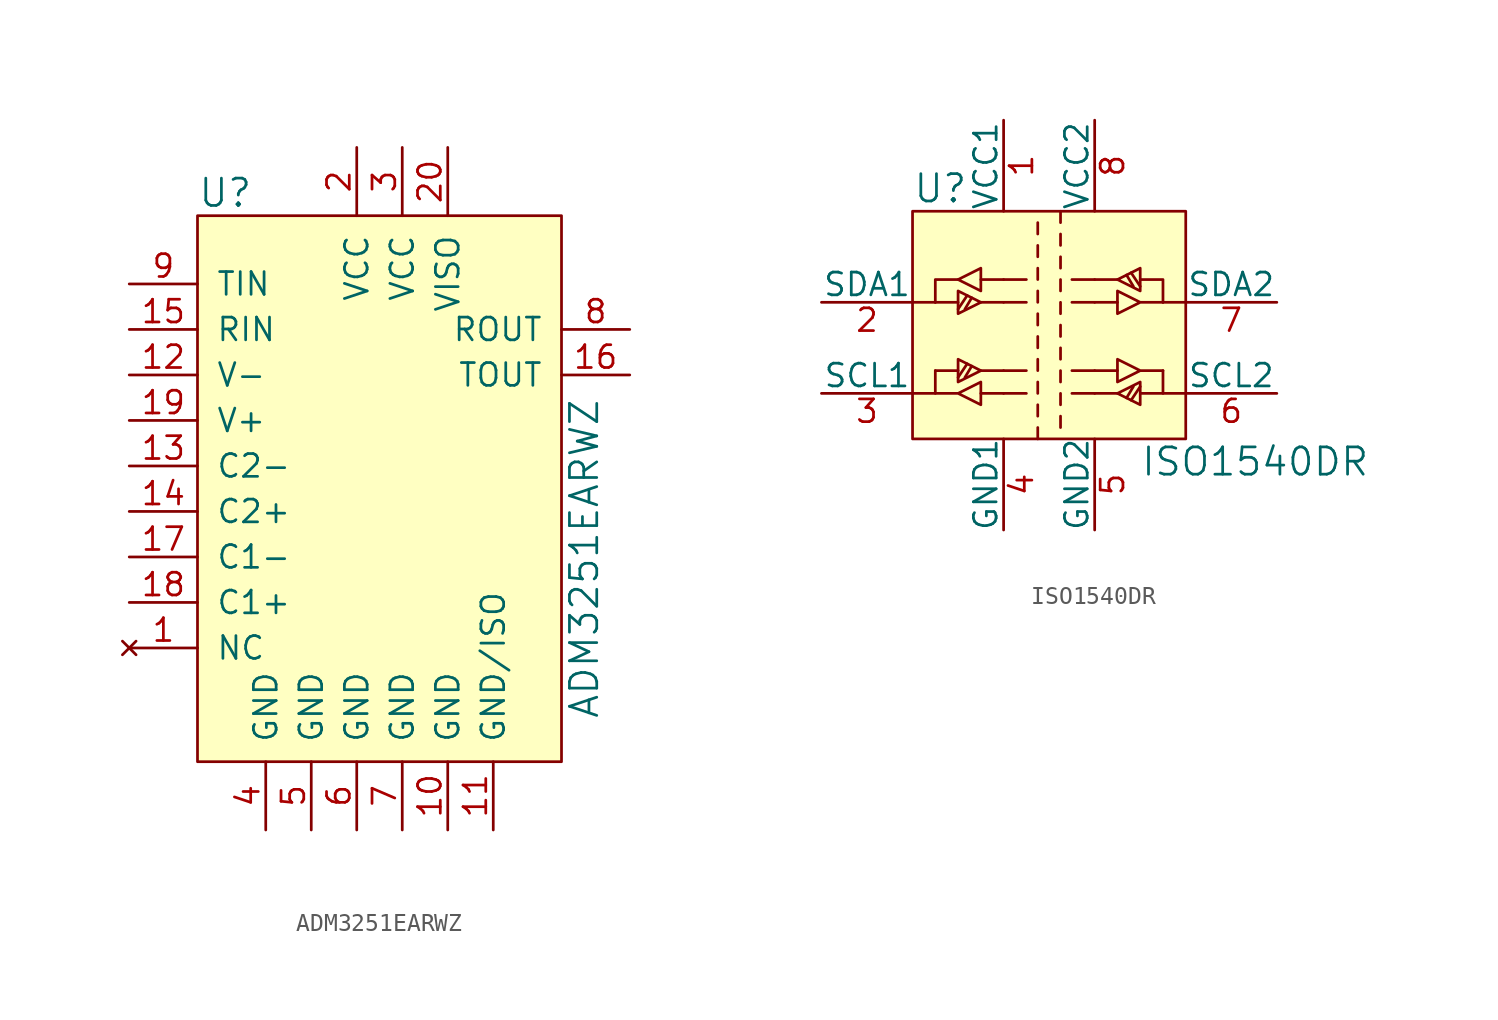
<source format=kicad_sym>
(kicad_symbol_lib
  (version 20231120)
  (generator "kicad_symbol_editor")
  (generator_version "8.0")
  (symbol "ADM3251EARWZ"
    (pin_names
      (offset 1.016))
    (property "Reference" "U"
      (at -11.43 15.24 0)
      (effects (font (size 1.524 1.524)) (justify left)))
    (property "Value" "ADM3251EARWZ"
      (at 10.16 3.81 90)
      (effects (font (size 1.524 1.524)) (justify right)))
    (symbol "ADM3251EARWZ_0_1"
      (rectangle (start -11.43 13.97) (end 8.89 -16.51) (stroke (width 0) (type default)) (fill (type background))))
    (symbol "ADM3251EARWZ_1_1"
      (pin no_connect line (at -15.24 -10.16 0) (length 3.81) (name "NC" (effects (font (size 1.27 1.27)))) (number "1" (effects (font (size 1.27 1.27)))))
      (pin power_in line (at 2.54 -20.32 90) (length 3.81) (name "GND" (effects (font (size 1.27 1.27)))) (number "10" (effects (font (size 1.27 1.27)))))
      (pin power_in line (at 5.08 -20.32 90) (length 3.81) (name "GND/ISO" (effects (font (size 1.27 1.27)))) (number "11" (effects (font (size 1.27 1.27)))))
      (pin passive line (at -15.24 5.08 0) (length 3.81) (name "V-" (effects (font (size 1.27 1.27)))) (number "12" (effects (font (size 1.27 1.27)))))
      (pin passive line (at -15.24 0 0) (length 3.81) (name "C2-" (effects (font (size 1.27 1.27)))) (number "13" (effects (font (size 1.27 1.27)))))
      (pin passive line (at -15.24 -2.54 0) (length 3.81) (name "C2+" (effects (font (size 1.27 1.27)))) (number "14" (effects (font (size 1.27 1.27)))))
      (pin bidirectional line (at -15.24 7.62 0) (length 3.81) (name "RIN" (effects (font (size 1.27 1.27)))) (number "15" (effects (font (size 1.27 1.27)))))
      (pin output line (at 12.7 5.08 180) (length 3.81) (name "TOUT" (effects (font (size 1.27 1.27)))) (number "16" (effects (font (size 1.27 1.27)))))
      (pin passive line (at -15.24 -5.08 0) (length 3.81) (name "C1-" (effects (font (size 1.27 1.27)))) (number "17" (effects (font (size 1.27 1.27)))))
      (pin passive line (at -15.24 -7.62 0) (length 3.81) (name "C1+" (effects (font (size 1.27 1.27)))) (number "18" (effects (font (size 1.27 1.27)))))
      (pin unspecified line (at -15.24 2.54 0) (length 3.81) (name "V+" (effects (font (size 1.27 1.27)))) (number "19" (effects (font (size 1.27 1.27)))))
      (pin power_in line (at -2.54 17.78 270) (length 3.81) (name "VCC" (effects (font (size 1.27 1.27)))) (number "2" (effects (font (size 1.27 1.27)))))
      (pin power_in line (at 2.54 17.78 270) (length 3.81) (name "VISO" (effects (font (size 1.27 1.27)))) (number "20" (effects (font (size 1.27 1.27)))))
      (pin power_in line (at 0 17.78 270) (length 3.81) (name "VCC" (effects (font (size 1.27 1.27)))) (number "3" (effects (font (size 1.27 1.27)))))
      (pin power_in line (at -7.62 -20.32 90) (length 3.81) (name "GND" (effects (font (size 1.27 1.27)))) (number "4" (effects (font (size 1.27 1.27)))))
      (pin power_in line (at -5.08 -20.32 90) (length 3.81) (name "GND" (effects (font (size 1.27 1.27)))) (number "5" (effects (font (size 1.27 1.27)))))
      (pin power_in line (at -2.54 -20.32 90) (length 3.81) (name "GND" (effects (font (size 1.27 1.27)))) (number "6" (effects (font (size 1.27 1.27)))))
      (pin power_in line (at 0 -20.32 90) (length 3.81) (name "GND" (effects (font (size 1.27 1.27)))) (number "7" (effects (font (size 1.27 1.27)))))
      (pin output line (at 12.7 7.62 180) (length 3.81) (name "ROUT" (effects (font (size 1.27 1.27)))) (number "8" (effects (font (size 1.27 1.27)))))
      (pin bidirectional line (at -15.24 10.16 0) (length 3.81) (name "TIN" (effects (font (size 1.27 1.27)))) (number "9" (effects (font (size 1.27 1.27)))))))
  (symbol "ISO1540DR"
    (pin_names
      (offset 0))
    (property "Reference" "U"
      (at -7.62 8.89 0)
      (effects (font (size 1.524 1.524)) (justify left)))
    (property "Value" "ISO1540DR"
      (at 5.08 -6.35 0)
      (effects (font (size 1.524 1.524)) (justify left)))
    (symbol "ISO1540DR_0_1"
      (rectangle (start -7.62 -2.54) (end -6.35 -2.54) (stroke (width 0) (type default)) (fill (type none)))
      (rectangle (start -7.62 2.54) (end -6.35 2.54) (stroke (width 0) (type default)) (fill (type none)))
      (rectangle (start -7.62 7.62) (end 7.62 -5.08) (stroke (width 0) (type default)) (fill (type background)))
      (rectangle (start -2.54 -2.54) (end -1.27 -2.54) (stroke (width 0) (type default)) (fill (type none)))
      (rectangle (start -2.54 -1.27) (end -1.27 -1.27) (stroke (width 0) (type default)) (fill (type none)))
      (rectangle (start -2.54 3.81) (end -1.27 3.81) (stroke (width 0) (type default)) (fill (type none)))
      (rectangle (start -1.27 2.54) (end -2.54 2.54) (stroke (width 0) (type default)) (fill (type none)))
      (rectangle (start -0.635 -5.08) (end -0.635 -4.445) (stroke (width 0) (type default)) (fill (type none)))
      (rectangle (start -0.635 -3.81) (end -0.635 -3.175) (stroke (width 0) (type default)) (fill (type none)))
      (rectangle (start -0.635 -2.54) (end -0.635 -1.905) (stroke (width 0) (type default)) (fill (type none)))
      (rectangle (start -0.635 -1.27) (end -0.635 -0.635) (stroke (width 0) (type default)) (fill (type none)))
      (rectangle (start -0.635 0) (end -0.635 0.635) (stroke (width 0) (type default)) (fill (type none)))
      (rectangle (start -0.635 1.27) (end -0.635 1.905) (stroke (width 0) (type default)) (fill (type none)))
      (rectangle (start -0.635 2.54) (end -0.635 3.175) (stroke (width 0) (type default)) (fill (type none)))
      (rectangle (start -0.635 4.445) (end -0.635 3.81) (stroke (width 0) (type default)) (fill (type none)))
      (rectangle (start -0.635 5.08) (end -0.635 5.715) (stroke (width 0) (type default)) (fill (type none)))
      (rectangle (start -0.635 6.35) (end -0.635 6.985) (stroke (width 0) (type default)) (fill (type none)))
      (polyline (pts (xy -6.35 -1.27) (xy -5.08 -1.27)) (stroke (width 0) (type default)) (fill (type none)))
      (polyline (pts (xy -6.35 2.54) (xy -5.08 2.54)) (stroke (width 0) (type default)) (fill (type none)))
      (polyline (pts (xy -4.572 -0.889) (xy -5.08 -1.651)) (stroke (width 0) (type default)) (fill (type none)))
      (polyline (pts (xy -4.572 2.921) (xy -5.08 2.159)) (stroke (width 0) (type default)) (fill (type none)))
      (polyline (pts (xy -4.318 -1.016) (xy -4.699 -1.651)) (stroke (width 0) (type default)) (fill (type none)))
      (polyline (pts (xy -4.318 2.794) (xy -4.699 2.159)) (stroke (width 0) (type default)) (fill (type none)))
      (polyline (pts (xy -3.81 -2.54) (xy -2.54 -2.54)) (stroke (width 0) (type default)) (fill (type none)))
      (polyline (pts (xy -3.81 -1.27) (xy -2.54 -1.27)) (stroke (width 0) (type default)) (fill (type none)))
      (polyline (pts (xy -3.81 2.54) (xy -2.54 2.54)) (stroke (width 0) (type default)) (fill (type none)))
      (polyline (pts (xy -3.81 3.81) (xy -2.54 3.81)) (stroke (width 0) (type default)) (fill (type none)))
      (polyline (pts (xy 3.81 -2.54) (xy 2.54 -2.54)) (stroke (width 0) (type default)) (fill (type none)))
      (polyline (pts (xy 3.81 -1.27) (xy 2.54 -1.27)) (stroke (width 0) (type default)) (fill (type none)))
      (polyline (pts (xy 3.81 2.54) (xy 2.54 2.54)) (stroke (width 0) (type default)) (fill (type none)))
      (polyline (pts (xy 3.81 3.81) (xy 2.54 3.81)) (stroke (width 0) (type default)) (fill (type none)))
      (polyline (pts (xy 4.318 -2.794) (xy 4.699 -2.159)) (stroke (width 0) (type default)) (fill (type none)))
      (polyline (pts (xy 4.318 4.064) (xy 4.699 3.429)) (stroke (width 0) (type default)) (fill (type none)))
      (polyline (pts (xy 4.572 -2.921) (xy 5.08 -2.159)) (stroke (width 0) (type default)) (fill (type none)))
      (polyline (pts (xy 4.572 4.191) (xy 5.08 3.429)) (stroke (width 0) (type default)) (fill (type none)))
      (polyline (pts (xy -6.35 2.54) (xy -6.35 3.81) (xy -5.08 3.81)) (stroke (width 0) (type default)) (fill (type none)))
      (polyline (pts (xy 5.08 3.81) (xy 6.35 3.81) (xy 6.35 2.54)) (stroke (width 0) (type default)) (fill (type none)))
      (polyline (pts (xy -5.08 -0.635) (xy -5.08 -1.905) (xy -3.81 -1.27) (xy -5.08 -0.635)) (stroke (width 0) (type default)) (fill (type none)))
      (polyline (pts (xy -5.08 3.175) (xy -5.08 1.905) (xy -3.81 2.54) (xy -5.08 3.175)) (stroke (width 0) (type default)) (fill (type none)))
      (polyline (pts (xy -5.08 3.81) (xy -3.81 3.175) (xy -3.81 4.445) (xy -5.08 3.81)) (stroke (width 0) (type default)) (fill (type none)))
      (polyline (pts (xy 3.81 3.81) (xy 5.08 3.175) (xy 5.08 4.445) (xy 3.81 3.81)) (stroke (width 0) (type default)) (fill (type none)))
      (polyline (pts (xy 6.35 -1.27) (xy 5.08 -1.27) (xy 3.81 -1.905) (xy 3.81 -0.635) (xy 5.08 -1.27)) (stroke (width 0) (type default)) (fill (type none)))
      (polyline (pts (xy 6.35 2.54) (xy 5.08 2.54) (xy 3.81 3.175) (xy 3.81 1.905) (xy 5.08 2.54)) (stroke (width 0) (type default)) (fill (type none)))
      (polyline (pts (xy -6.35 -1.27) (xy -6.35 -2.54) (xy -5.08 -2.54) (xy -3.81 -1.905) (xy -3.81 -3.175) (xy -5.08 -2.54)) (stroke (width 0) (type default)) (fill (type none)))
      (polyline (pts (xy 6.35 -1.27) (xy 6.35 -2.54) (xy 5.08 -2.54) (xy 5.08 -1.905) (xy 3.81 -2.54) (xy 5.08 -3.175) (xy 5.08 -2.54)) (stroke (width 0) (type default)) (fill (type none)))
      (rectangle (start 0.635 -4.445) (end 0.635 -3.81) (stroke (width 0) (type default)) (fill (type none)))
      (rectangle (start 0.635 -3.175) (end 0.635 -2.54) (stroke (width 0) (type default)) (fill (type none)))
      (rectangle (start 0.635 -1.905) (end 0.635 -1.27) (stroke (width 0) (type default)) (fill (type none)))
      (rectangle (start 0.635 -0.635) (end 0.635 0) (stroke (width 0) (type default)) (fill (type none)))
      (rectangle (start 0.635 0.635) (end 0.635 1.27) (stroke (width 0) (type default)) (fill (type none)))
      (rectangle (start 0.635 1.905) (end 0.635 2.54) (stroke (width 0) (type default)) (fill (type none)))
      (rectangle (start 0.635 3.175) (end 0.635 3.81) (stroke (width 0) (type default)) (fill (type none)))
      (rectangle (start 0.635 4.445) (end 0.635 5.08) (stroke (width 0) (type default)) (fill (type none)))
      (rectangle (start 0.635 5.715) (end 0.635 6.35) (stroke (width 0) (type default)) (fill (type none)))
      (rectangle (start 0.635 6.985) (end 0.635 7.62) (stroke (width 0) (type default)) (fill (type none)))
      (rectangle (start 2.54 -2.54) (end 1.27 -2.54) (stroke (width 0) (type default)) (fill (type none)))
      (rectangle (start 2.54 -1.27) (end 1.27 -1.27) (stroke (width 0) (type default)) (fill (type none)))
      (rectangle (start 2.54 2.54) (end 1.27 2.54) (stroke (width 0) (type default)) (fill (type none)))
      (rectangle (start 2.54 3.81) (end 1.27 3.81) (stroke (width 0) (type default)) (fill (type none)))
      (rectangle (start 7.62 -2.54) (end 6.35 -2.54) (stroke (width 0) (type default)) (fill (type none)))
      (rectangle (start 7.62 2.54) (end 6.35 2.54) (stroke (width 0) (type default)) (fill (type none))))
    (symbol "ISO1540DR_1_1"
      (pin power_in line (at -2.54 12.7 270) (length 5.08) (name "VCC1" (effects (font (size 1.27 1.27)))) (number "1" (effects (font (size 1.27 1.27)))))
      (pin bidirectional line (at -12.7 2.54 0) (length 5.08) (name "SDA1" (effects (font (size 1.27 1.27)))) (number "2" (effects (font (size 1.27 1.27)))))
      (pin bidirectional line (at -12.7 -2.54 0) (length 5.08) (name "SCL1" (effects (font (size 1.27 1.27)))) (number "3" (effects (font (size 1.27 1.27)))))
      (pin power_in line (at -2.54 -10.16 90) (length 5.08) (name "GND1" (effects (font (size 1.27 1.27)))) (number "4" (effects (font (size 1.27 1.27)))))
      (pin power_in line (at 2.54 -10.16 90) (length 5.08) (name "GND2" (effects (font (size 1.27 1.27)))) (number "5" (effects (font (size 1.27 1.27)))))
      (pin bidirectional line (at 12.7 -2.54 180) (length 5.08) (name "SCL2" (effects (font (size 1.27 1.27)))) (number "6" (effects (font (size 1.27 1.27)))))
      (pin bidirectional line (at 12.7 2.54 180) (length 5.08) (name "SDA2" (effects (font (size 1.27 1.27)))) (number "7" (effects (font (size 1.27 1.27)))))
      (pin power_in line (at 2.54 12.7 270) (length 5.08) (name "VCC2" (effects (font (size 1.27 1.27)))) (number "8" (effects (font (size 1.27 1.27))))))))
</source>
